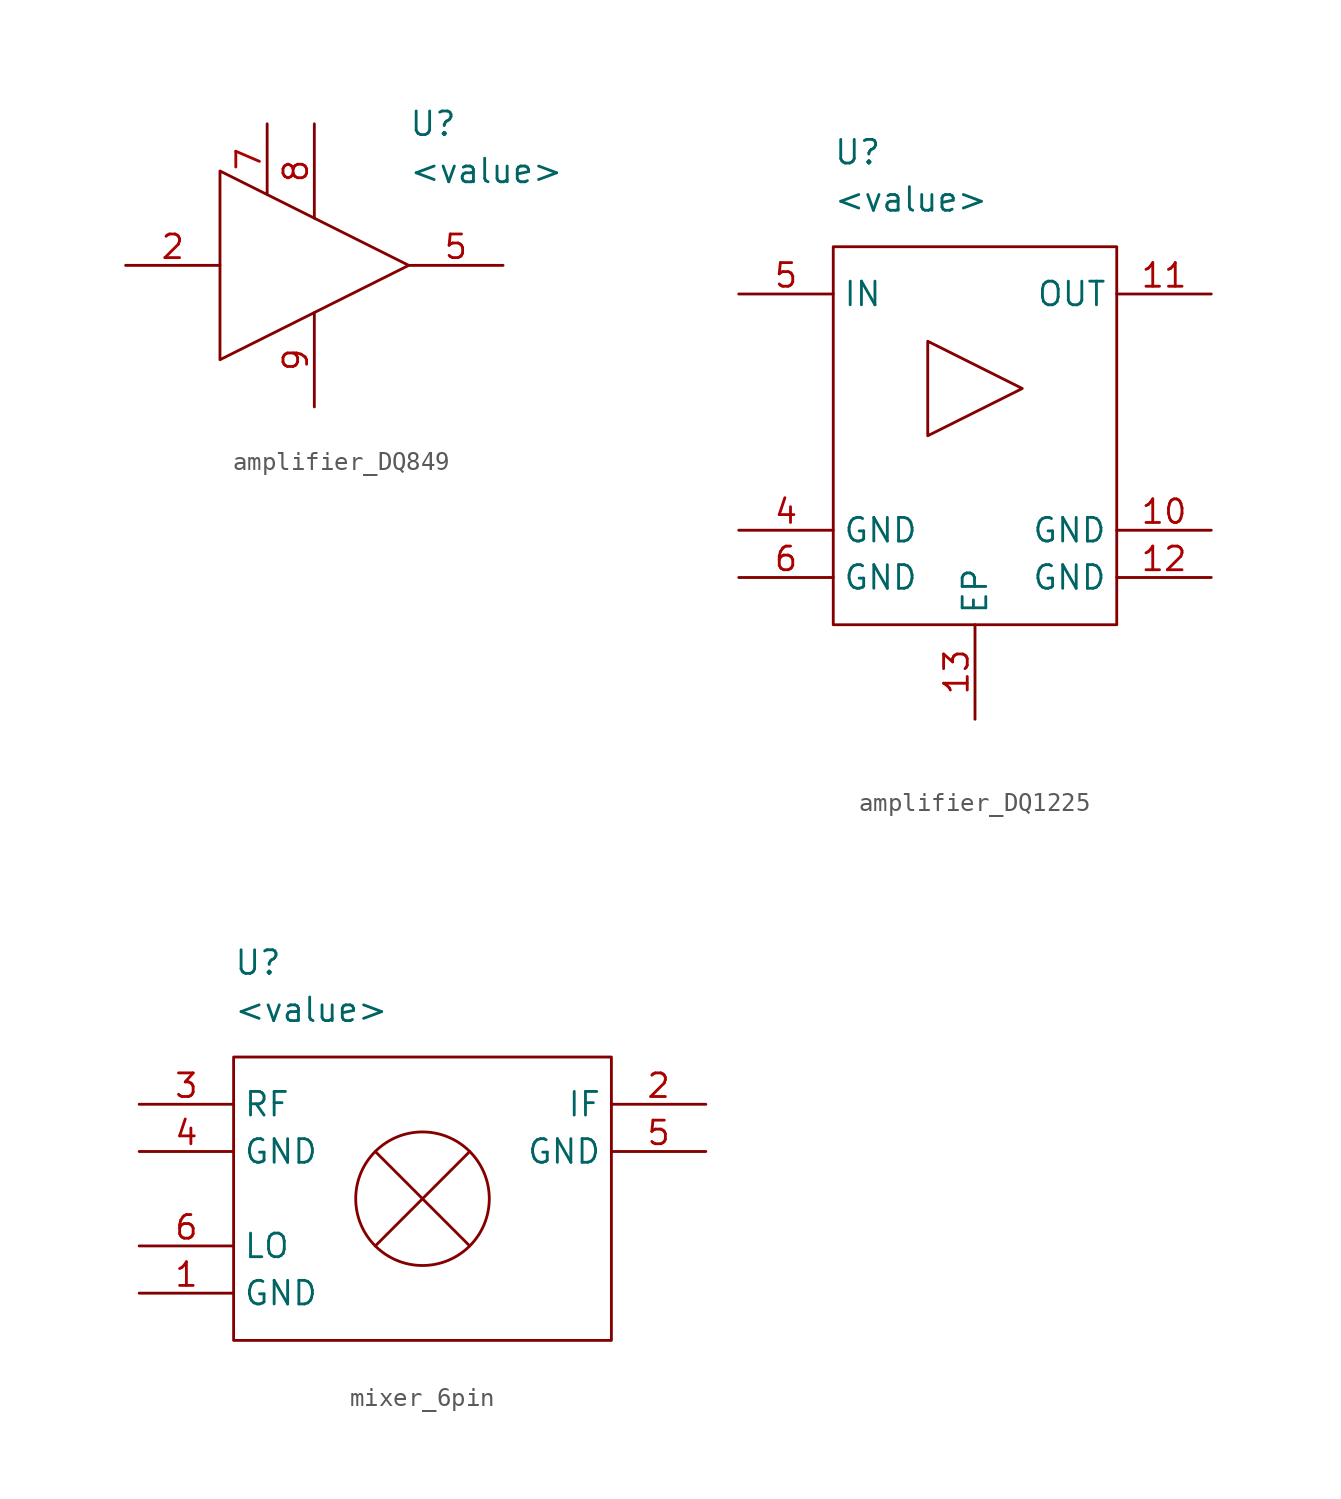
<source format=kicad_sym>
(kicad_symbol_lib
  (version 20231120)
  (generator "kicad_symbol_editor")
  (generator_version "8.0")
  (symbol "amplifier_DQ849"
    (property "Reference" "U"
      (at 10.16 2.54 0)
      (effects (font (size 1.27 1.27)) (justify left)))
    (property "Value" "<value>"
      (at 10.16 0 0)
      (effects (font (size 1.27 1.27)) (justify left)))
    (symbol "amplifier_DQ849_0_1"
      (polyline (pts (xy 0 0) (xy 0 -10.16) (xy 10.16 -5.08) (xy 0 0)) (stroke (width 0) (type default)) (fill (type none))))
    (symbol "amplifier_DQ849_1_1"
      (pin input line (at -5.08 -5.08 0) (length 5.08) (name "" (effects (font (size 1.27 1.27)))) (number "2" (effects (font (size 1.27 1.27)))))
      (pin open_collector line (at 15.24 -5.08 180) (length 5.08) (name "" (effects (font (size 1.27 1.27)))) (number "5" (effects (font (size 1.27 1.27)))))
      (pin power_in line (at 2.54 2.54 270) (length 3.8) (name "" (effects (font (size 1.27 1.27)))) (number "7" (effects (font (size 1.27 1.27)))))
      (pin power_in line (at 5.08 2.54 270) (length 5.08) (name "" (effects (font (size 1.27 1.27)))) (number "8" (effects (font (size 1.27 1.27)))))
      (pin power_in line (at 5.08 -12.7 90) (length 5.08) (name "" (effects (font (size 1.27 1.27)))) (number "9" (effects (font (size 1.27 1.27)))))))
  (symbol "amplifier_DQ1225"
    (property "Reference" "U"
      (at 5.08 5.08 0)
      (effects (font (size 1.27 1.27)) (justify left)))
    (property "Value" "<value>"
      (at 5.08 2.54 0)
      (effects (font (size 1.27 1.27)) (justify left)))
    (symbol "amplifier_DQ1225_0_1"
      (polyline (pts (xy 10.16 -5.08) (xy 10.16 -10.16) (xy 15.24 -7.62) (xy 10.16 -5.08)) (stroke (width 0) (type default)) (fill (type none)))
      (rectangle (start 5.08 0) (end 20.32 -20.32) (stroke (width 0) (type default)) (fill (type none))))
    (symbol "amplifier_DQ1225_1_1"
      (pin power_in line (at 25.4 -15.24 180) (length 5.08) (name "GND" (effects (font (size 1.27 1.27)))) (number "10" (effects (font (size 1.27 1.27)))))
      (pin open_collector line (at 25.4 -2.54 180) (length 5.08) (name "OUT" (effects (font (size 1.27 1.27)))) (number "11" (effects (font (size 1.27 1.27)))))
      (pin power_in line (at 25.4 -17.78 180) (length 5.08) (name "GND" (effects (font (size 1.27 1.27)))) (number "12" (effects (font (size 1.27 1.27)))))
      (pin power_in line (at 12.7 -25.4 90) (length 5.08) (name "EP" (effects (font (size 1.27 1.27)))) (number "13" (effects (font (size 1.27 1.27)))))
      (pin power_in line (at 0 -15.24 0) (length 5.08) (name "GND" (effects (font (size 1.27 1.27)))) (number "4" (effects (font (size 1.27 1.27)))))
      (pin input line (at 0 -2.54 0) (length 5.08) (name "IN" (effects (font (size 1.27 1.27)))) (number "5" (effects (font (size 1.27 1.27)))))
      (pin power_in line (at 0 -17.78 0) (length 5.08) (name "GND" (effects (font (size 1.27 1.27)))) (number "6" (effects (font (size 1.27 1.27)))))))
  (symbol "mixer_6pin"
    (property "Reference" "U"
      (at 5.08 5.08 0)
      (effects (font (size 1.27 1.27)) (justify left)))
    (property "Value" "<value>"
      (at 5.08 2.54 0)
      (effects (font (size 1.27 1.27)) (justify left)))
    (symbol "mixer_6pin_0_1"
      (polyline (pts (xy 12.7 -10.16) (xy 17.78 -5.08)) (stroke (width 0) (type default)) (fill (type none)))
      (polyline (pts (xy 12.7 -5.08) (xy 17.78 -10.16)) (stroke (width 0) (type default)) (fill (type none)))
      (rectangle (start 5.08 0) (end 25.4 -15.24) (stroke (width 0) (type default)) (fill (type none)))
      (circle (center 15.24 -7.62) (radius 3.592) (stroke (width 0) (type default)) (fill (type none))))
    (symbol "mixer_6pin_1_1"
      (pin passive line (at 0 -12.7 0) (length 5.08) (name "GND" (effects (font (size 1.27 1.27)))) (number "1" (effects (font (size 1.27 1.27)))))
      (pin passive line (at 30.48 -2.54 180) (length 5.08) (name "IF" (effects (font (size 1.27 1.27)))) (number "2" (effects (font (size 1.27 1.27)))))
      (pin passive line (at 0 -2.54 0) (length 5.08) (name "RF" (effects (font (size 1.27 1.27)))) (number "3" (effects (font (size 1.27 1.27)))))
      (pin passive line (at 0 -5.08 0) (length 5.08) (name "GND" (effects (font (size 1.27 1.27)))) (number "4" (effects (font (size 1.27 1.27)))))
      (pin passive line (at 30.48 -5.08 180) (length 5.08) (name "GND" (effects (font (size 1.27 1.27)))) (number "5" (effects (font (size 1.27 1.27)))))
      (pin passive line (at 0 -10.16 0) (length 5.08) (name "LO" (effects (font (size 1.27 1.27)))) (number "6" (effects (font (size 1.27 1.27))))))))
</source>
